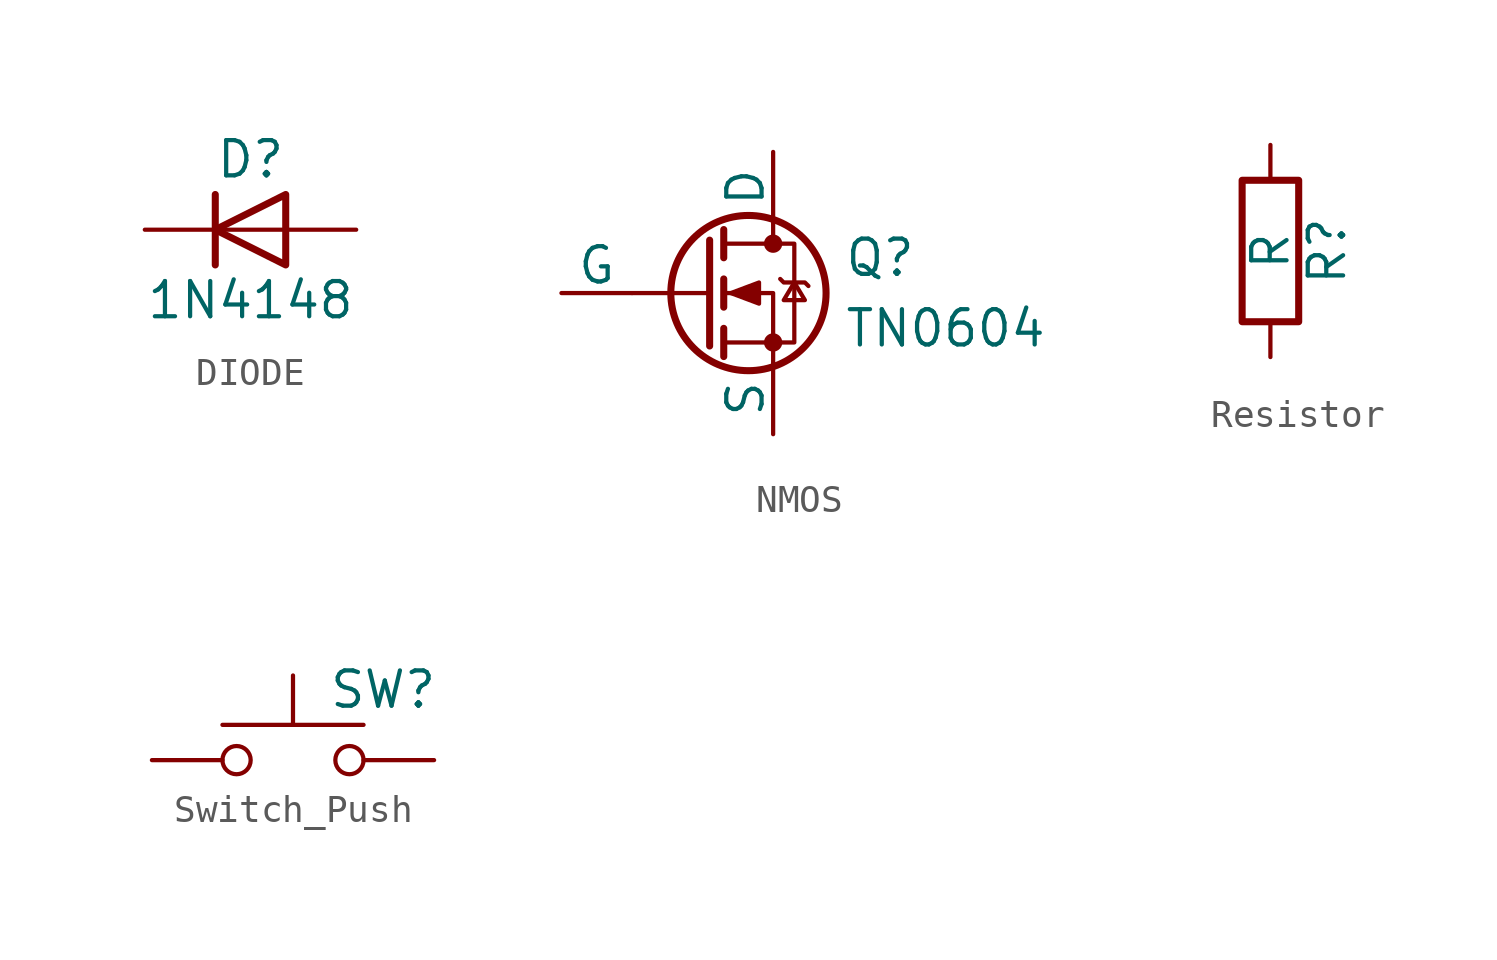
<source format=kicad_sym>
(kicad_symbol_lib
  (version 20241209)
  (generator "kicad_symbol_editor")
  (generator_version "9.0")
  (symbol "DIODE"
    (pin_numbers
      (hide yes))
    (pin_names
      (offset 1.016)
      (hide yes))
    (property "Reference" "D"
      (at 0 2.54 0)
      (effects (font (size 1.27 1.27))))
    (property "Value" "1N4148"
      (at 0 -2.54 0)
      (effects (font (size 1.27 1.27))))
    (symbol "DIODE_0_1"
      (polyline (pts (xy -1.27 1.27) (xy -1.27 -1.27)) (stroke (width 0.254) (type default)) (fill (type none)))
      (polyline (pts (xy 1.27 1.27) (xy 1.27 -1.27) (xy -1.27 0) (xy 1.27 1.27)) (stroke (width 0.254) (type default)) (fill (type none)))
      (polyline (pts (xy 1.27 0) (xy -1.27 0)) (stroke (width 0) (type default)) (fill (type none))))
    (symbol "DIODE_1_1"
      (pin passive line (at -3.81 0 0) (length 2.54) (name "K" (effects (font (size 1.27 1.27)))) (number "1" (effects (font (size 1.27 1.27)))))
      (pin passive line (at 3.81 0 180) (length 2.54) (name "A" (effects (font (size 1.27 1.27)))) (number "2" (effects (font (size 1.27 1.27)))))))
  (symbol "NMOS"
    (pin_numbers
      (hide yes))
    (pin_names
      (offset 0))
    (property "Reference" "Q"
      (at 5.08 1.27 0)
      (effects (font (size 1.27 1.27)) (justify left)))
    (property "Value" "TN0604"
      (at 5.08 -1.27 0)
      (effects (font (size 1.27 1.27)) (justify left)))
    (symbol "NMOS_0_1"
      (polyline (pts (xy 0.254 1.905) (xy 0.254 -1.905)) (stroke (width 0.254) (type default)) (fill (type none)))
      (polyline (pts (xy 0.254 0) (xy -2.54 0)) (stroke (width 0) (type default)) (fill (type none)))
      (polyline (pts (xy 0.762 2.286) (xy 0.762 1.27)) (stroke (width 0.254) (type default)) (fill (type none)))
      (polyline (pts (xy 0.762 0.508) (xy 0.762 -0.508)) (stroke (width 0.254) (type default)) (fill (type none)))
      (polyline (pts (xy 0.762 -1.27) (xy 0.762 -2.286)) (stroke (width 0.254) (type default)) (fill (type none)))
      (polyline (pts (xy 0.762 -1.778) (xy 3.302 -1.778) (xy 3.302 1.778) (xy 0.762 1.778)) (stroke (width 0) (type default)) (fill (type none)))
      (polyline (pts (xy 1.016 0) (xy 2.032 0.381) (xy 2.032 -0.381) (xy 1.016 0)) (stroke (width 0) (type default)) (fill (type outline)))
      (circle (center 1.651 0) (radius 2.794) (stroke (width 0.254) (type default)) (fill (type none)))
      (polyline (pts (xy 2.54 2.54) (xy 2.54 1.778)) (stroke (width 0) (type default)) (fill (type none)))
      (circle (center 2.54 1.778) (radius 0.254) (stroke (width 0) (type default)) (fill (type outline)))
      (circle (center 2.54 -1.778) (radius 0.254) (stroke (width 0) (type default)) (fill (type outline)))
      (polyline (pts (xy 2.54 -2.54) (xy 2.54 0) (xy 0.762 0)) (stroke (width 0) (type default)) (fill (type none)))
      (polyline (pts (xy 2.794 0.508) (xy 2.921 0.381) (xy 3.683 0.381) (xy 3.81 0.254)) (stroke (width 0) (type default)) (fill (type none)))
      (polyline (pts (xy 3.302 0.381) (xy 2.921 -0.254) (xy 3.683 -0.254) (xy 3.302 0.381)) (stroke (width 0) (type default)) (fill (type none))))
    (symbol "NMOS_1_1"
      (pin input line (at -5.08 0 0) (length 2.54) (name "G" (effects (font (size 1.27 1.27)))) (number "2" (effects (font (size 1.27 1.27)))))
      (pin passive line (at 2.54 5.08 270) (length 2.54) (name "D" (effects (font (size 1.27 1.27)))) (number "1" (effects (font (size 1.27 1.27)))))
      (pin passive line (at 2.54 -5.08 90) (length 2.54) (name "S" (effects (font (size 1.27 1.27)))) (number "3" (effects (font (size 1.27 1.27)))))))
  (symbol "Resistor"
    (pin_numbers
      (hide yes))
    (pin_names
      (offset 0))
    (property "Reference" "R"
      (at 2.032 0 90)
      (effects (font (size 1.27 1.27))))
    (property "Value" "R"
      (at 0 0 90)
      (effects (font (size 1.27 1.27))))
    (symbol "Resistor_0_1"
      (rectangle (start -1.016 -2.54) (end 1.016 2.54) (stroke (width 0.254) (type default)) (fill (type none))))
    (symbol "Resistor_1_1"
      (pin passive line (at 0 3.81 270) (length 1.27) (name "~" (effects (font (size 1.27 1.27)))) (number "1" (effects (font (size 1.27 1.27)))))
      (pin passive line (at 0 -3.81 90) (length 1.27) (name "~" (effects (font (size 1.27 1.27)))) (number "2" (effects (font (size 1.27 1.27)))))))
  (symbol "Switch_Push"
    (pin_numbers
      (hide yes))
    (pin_names
      (offset 1.016)
      (hide yes))
    (property "Reference" "SW"
      (at 1.27 2.54 0)
      (effects (font (size 1.27 1.27)) (justify left)))
    (symbol "Switch_Push_0_1"
      (circle (center -2.032 0) (radius 0.508) (stroke (width 0) (type default)) (fill (type none)))
      (polyline (pts (xy 0 1.27) (xy 0 3.048)) (stroke (width 0) (type default)) (fill (type none)))
      (circle (center 2.032 0) (radius 0.508) (stroke (width 0) (type default)) (fill (type none)))
      (polyline (pts (xy 2.54 1.27) (xy -2.54 1.27)) (stroke (width 0) (type default)) (fill (type none)))
      (pin passive line (at -5.08 0 0) (length 2.54) (name "1" (effects (font (size 1.27 1.27)))) (number "1" (effects (font (size 1.27 1.27)))))
      (pin passive line (at 5.08 0 180) (length 2.54) (name "2" (effects (font (size 1.27 1.27)))) (number "2" (effects (font (size 1.27 1.27))))))))
</source>
